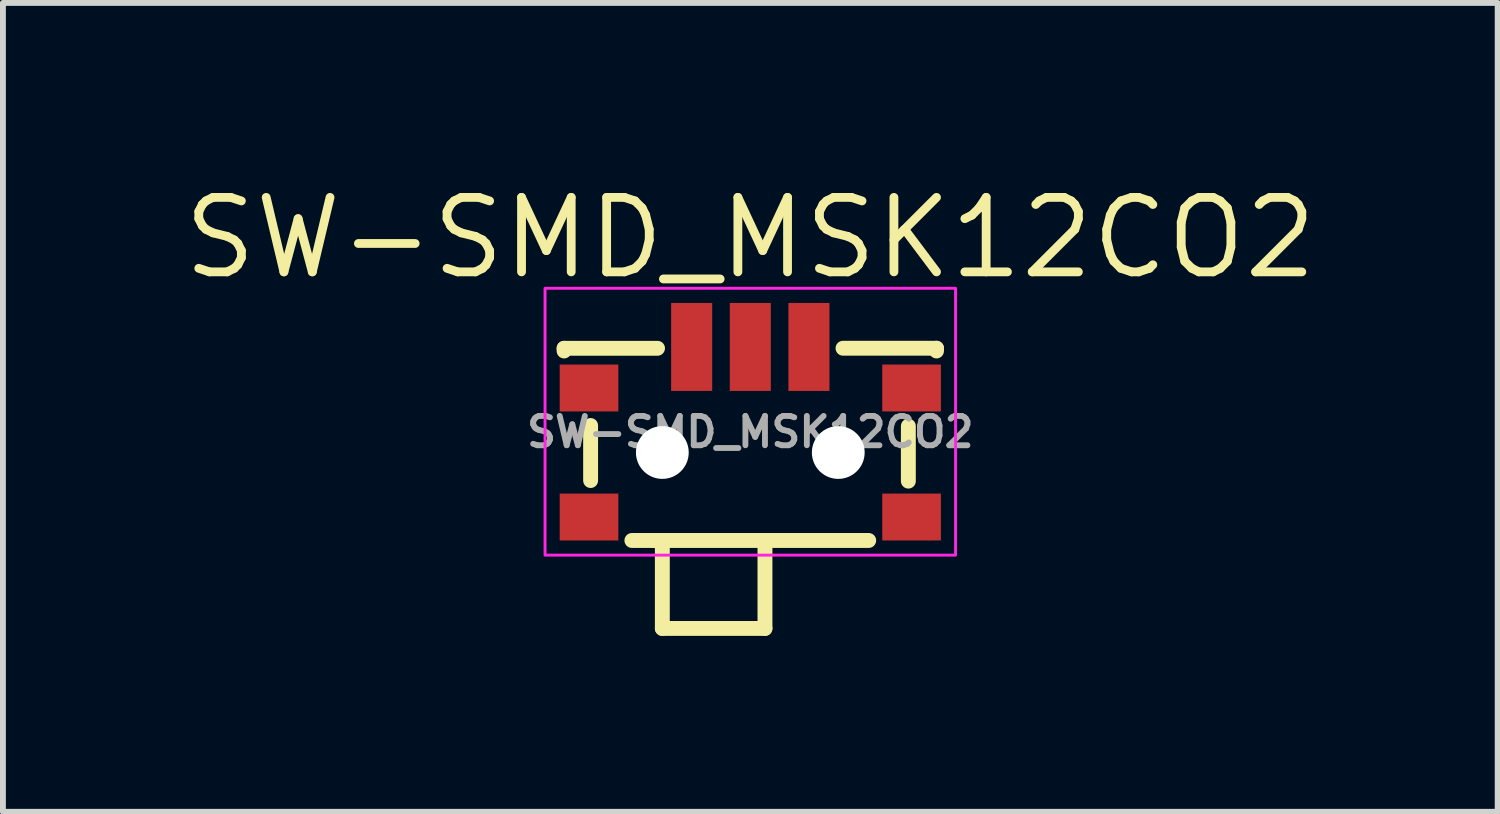
<source format=kicad_pcb>
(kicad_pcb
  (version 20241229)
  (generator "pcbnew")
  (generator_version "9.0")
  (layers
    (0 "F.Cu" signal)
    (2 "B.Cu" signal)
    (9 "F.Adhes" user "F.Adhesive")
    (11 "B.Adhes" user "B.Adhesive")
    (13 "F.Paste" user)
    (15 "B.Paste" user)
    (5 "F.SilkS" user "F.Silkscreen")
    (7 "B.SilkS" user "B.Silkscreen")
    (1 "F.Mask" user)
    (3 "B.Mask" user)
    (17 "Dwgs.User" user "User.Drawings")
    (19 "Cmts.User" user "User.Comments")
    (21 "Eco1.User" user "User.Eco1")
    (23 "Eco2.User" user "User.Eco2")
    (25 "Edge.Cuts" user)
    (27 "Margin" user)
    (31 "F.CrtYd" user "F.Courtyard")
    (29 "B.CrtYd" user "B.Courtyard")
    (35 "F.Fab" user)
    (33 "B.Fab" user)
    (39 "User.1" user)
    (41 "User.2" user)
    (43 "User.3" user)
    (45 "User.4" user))
  (footprint "SW-SMD_MSK12CO2"
    (layer "F.Cu")
    (at 9.744 4.316)
    (property "Reference" "SW-SMD_MSK12CO2" (at 0 -3.31 0) (layer "F.SilkS") (effects (font (size 1.27 1.27) (thickness 0.15))))
    (fp_line (start -3.175 -1.427) (end -3.175 -1.381) (stroke (width 0.254) (type default)) (layer "F.SilkS"))
    (fp_line (start -2.723 -0.11) (end -2.723 0.828) (stroke (width 0.254) (type default)) (layer "F.SilkS"))
    (fp_line (start -1.638 1.85) (end -2.019 1.85) (stroke (width 0.254) (type default)) (layer "F.SilkS"))
    (fp_line (start -1.582 -1.427) (end -3.175 -1.427) (stroke (width 0.254) (type default)) (layer "F.SilkS"))
    (fp_line (start -1.5 3.35) (end -1.5 1.9) (stroke (width 0.254) (type default)) (layer "F.SilkS"))
    (fp_line (start 0.25 1.85) (end -1.638 1.85) (stroke (width 0.254) (type default)) (layer "F.SilkS"))
    (fp_line (start 0.25 1.85) (end 2.019 1.85) (stroke (width 0.254) (type default)) (layer "F.SilkS"))
    (fp_line (start 0.25 1.85) (end 0.25 3.35) (stroke (width 0.254) (type default)) (layer "F.SilkS"))
    (fp_line (start 0.25 3.35) (end -1.5 3.35) (stroke (width 0.254) (type default)) (layer "F.SilkS"))
    (fp_line (start 1.581 -1.428) (end 3.175 -1.428) (stroke (width 0.254) (type default)) (layer "F.SilkS"))
    (fp_line (start 2.695 -0.1) (end 2.695 0.838) (stroke (width 0.254) (type default)) (layer "F.SilkS"))
    (fp_line (start 3.175 -1.428) (end 3.175 -1.381) (stroke (width 0.254) (type default)) (layer "F.SilkS"))
    (fp_circle (center -1.5 0.35) (end -1.31 0.35) (stroke (width 0.38) (type default)) (fill no) (layer "Dwgs.User"))
    (fp_circle (center 1.5 0.35) (end 1.69 0.35) (stroke (width 0.38) (type default)) (fill no) (layer "Dwgs.User"))
    (fp_rect (start -3.5 -2.45) (end 3.5 2.1) (stroke (width 0.05) (type default)) (fill no) (layer "F.CrtYd"))
    (fp_circle (center -3.06 -1.989) (end -3.03 -1.989) (stroke (width 0.06) (type default)) (fill no) (layer "User.5"))
    (fp_text user "${REFERENCE}" (at 0 0 0) (layer "F.Fab") (effects (font (size 0.5 0.5) (thickness 0.1))))
    (pad "" np_thru_hole circle (at -1.5 0.35) (size 0.9 0.9) (drill 0.9) (layers "*.Cu" "*.Mask"))
    (pad "" np_thru_hole circle (at 1.5 0.35) (size 0.9 0.9) (drill 0.9) (layers "*.Cu" "*.Mask"))
    (pad "1" smd rect (at -1 -1.45) (size 0.7 1.5) (layers "F.Cu" "F.Mask" "F.Paste"))
    (pad "2" smd rect (at 0 -1.45) (size 0.7 1.5) (layers "F.Cu" "F.Mask" "F.Paste"))
    (pad "3" smd rect (at 1 -1.45) (size 0.7 1.5) (layers "F.Cu" "F.Mask" "F.Paste"))
    (pad "4" smd rect (at -2.75 -0.75) (size 1 0.8) (layers "F.Cu" "F.Mask" "F.Paste"))
    (pad "4" smd rect (at -2.75 1.45) (size 1 0.8) (layers "F.Cu" "F.Mask" "F.Paste"))
    (pad "5" smd rect (at 2.75 -0.75) (size 1 0.8) (layers "F.Cu" "F.Mask" "F.Paste"))
    (pad "5" smd rect (at 2.75 1.45) (size 1 0.8) (layers "F.Cu" "F.Mask" "F.Paste"))
    (zone (net_name "") (layer "Dwgs.User") (hatch edge 0.5) (priority 100) (connect_pads yes) (min_thickness 0) (filled_areas_thickness no) (fill yes) (polygon (pts (arc (start 9.866953 6.1663) (mid 9.993953 6.0393) (end 10.120953 6.1663)) (arc (start 10.120953 7.6663) (mid 10.083756 7.756103) (end 9.993953 7.7933)) (arc (start 8.243953 7.7933) (mid 8.15415 7.756103) (end 8.116953 7.6663)) (arc (start 8.116953 6.2163) (mid 8.243953 6.0893) (end 8.370953 6.2163)) (xy 8.371 7.539) (xy 9.867 7.539))) (filled_polygon (layer "Dwgs.User") (island) (pts (arc (start 9.866953 6.1663) (mid 9.993953 6.0393) (end 10.120953 6.1663)) (arc (start 10.120953 7.6663) (mid 10.083756 7.756103) (end 9.993953 7.7933)) (arc (start 8.243953 7.7933) (mid 8.15415 7.756103) (end 8.116953 7.6663)) (arc (start 8.116953 6.2163) (mid 8.243953 6.0893) (end 8.370953 6.2163)) (xy 8.371 7.539) (xy 9.867 7.539))))
    (zone (net_name "") (layer "User.3") (hatch edge 0.5) (priority 100) (connect_pads yes) (min_thickness 0) (filled_areas_thickness no) (fill yes) (polygon (pts (xy 7.184 6.058) (xy 8.334 6.058) (xy 8.334 7.558) (xy 8.324 7.568) (xy 9.844 7.568) (xy 9.894 7.566) (xy 9.874 6.048) (xy 9.864 6.038) (xy 12.204 6.038) (xy 12.194 3.366) (xy 7.194 3.328))) (filled_polygon (layer "User.3") (island) (pts (xy 7.184 6.058) (xy 8.334 6.058) (xy 8.334 7.558) (xy 8.324 7.568) (xy 9.844 7.568) (xy 9.894 7.566) (xy 9.874 6.048) (xy 9.864 6.038) (xy 12.204 6.038) (xy 12.194 3.366) (xy 7.194 3.328))))
    (zone (net_name "") (layer "User.4") (hatch edge 0.5) (priority 100) (connect_pads yes) (min_thickness 0) (filled_areas_thickness no) (fill yes) (polygon (pts (xy 6.684 3.366) (xy 7.234 3.366) (xy 7.234 3.766) (xy 6.684 3.766))) (filled_polygon (layer "User.4") (island) (pts (xy 6.684 3.366) (xy 7.234 3.366) (xy 7.234 3.766) (xy 6.684 3.766))))
    (zone (net_name "") (layer "User.4") (hatch edge 0.5) (priority 100) (connect_pads yes) (min_thickness 0) (filled_areas_thickness no) (fill yes) (polygon (pts (xy 6.684 5.566) (xy 7.234 5.566) (xy 7.234 5.966) (xy 6.684 5.966))) (filled_polygon (layer "User.4") (island) (pts (xy 6.684 5.566) (xy 7.234 5.566) (xy 7.234 5.966) (xy 6.684 5.966))))
    (zone (net_name "") (layer "User.4") (hatch edge 0.5) (priority 100) (connect_pads yes) (min_thickness 0) (filled_areas_thickness no) (fill yes) (polygon (pts (xy 8.544 2.328) (xy 8.944 2.328) (xy 8.944 3.516) (xy 8.544 3.516))) (filled_polygon (layer "User.4") (island) (pts (xy 8.544 2.328) (xy 8.944 2.328) (xy 8.944 3.516) (xy 8.544 3.516))))
    (zone (net_name "") (layer "User.4") (hatch edge 0.5) (priority 100) (connect_pads yes) (min_thickness 0) (filled_areas_thickness no) (fill yes) (polygon (pts (xy 9.544 2.328) (xy 9.944 2.328) (xy 9.944 3.516) (xy 9.544 3.516))) (filled_polygon (layer "User.4") (island) (pts (xy 9.544 2.328) (xy 9.944 2.328) (xy 9.944 3.516) (xy 9.544 3.516))))
    (zone (net_name "") (layer "User.4") (hatch edge 0.5) (priority 100) (connect_pads yes) (min_thickness 0) (filled_areas_thickness no) (fill yes) (polygon (pts (xy 10.544 2.328) (xy 10.944 2.328) (xy 10.944 3.516) (xy 10.544 3.516))) (filled_polygon (layer "User.4") (island) (pts (xy 10.544 2.328) (xy 10.944 2.328) (xy 10.944 3.516) (xy 10.544 3.516))))
    (zone (net_name "") (layer "User.4") (hatch edge 0.5) (priority 100) (connect_pads yes) (min_thickness 0) (filled_areas_thickness no) (fill yes) (polygon (pts (xy 12.704 3.767) (xy 12.154 3.767) (xy 12.154 3.366) (xy 12.704 3.366))) (filled_polygon (layer "User.4") (island) (pts (xy 12.704 3.767) (xy 12.154 3.767) (xy 12.154 3.366) (xy 12.704 3.366))))
    (zone (net_name "") (layer "User.4") (hatch edge 0.5) (priority 100) (connect_pads yes) (min_thickness 0) (filled_areas_thickness no) (fill yes) (polygon (pts (xy 12.704 5.966) (xy 12.154 5.966) (xy 12.154 5.566) (xy 12.704 5.566))) (filled_polygon (layer "User.4") (island) (pts (xy 12.704 5.966) (xy 12.154 5.966) (xy 12.154 5.566) (xy 12.704 5.566)))))
  (gr_rect
    (start -3 -3)
    (end 22.488 10.793)
    (stroke (width 0.1) (type default))
    (fill no)
    (layer "Edge.Cuts")))
</source>
